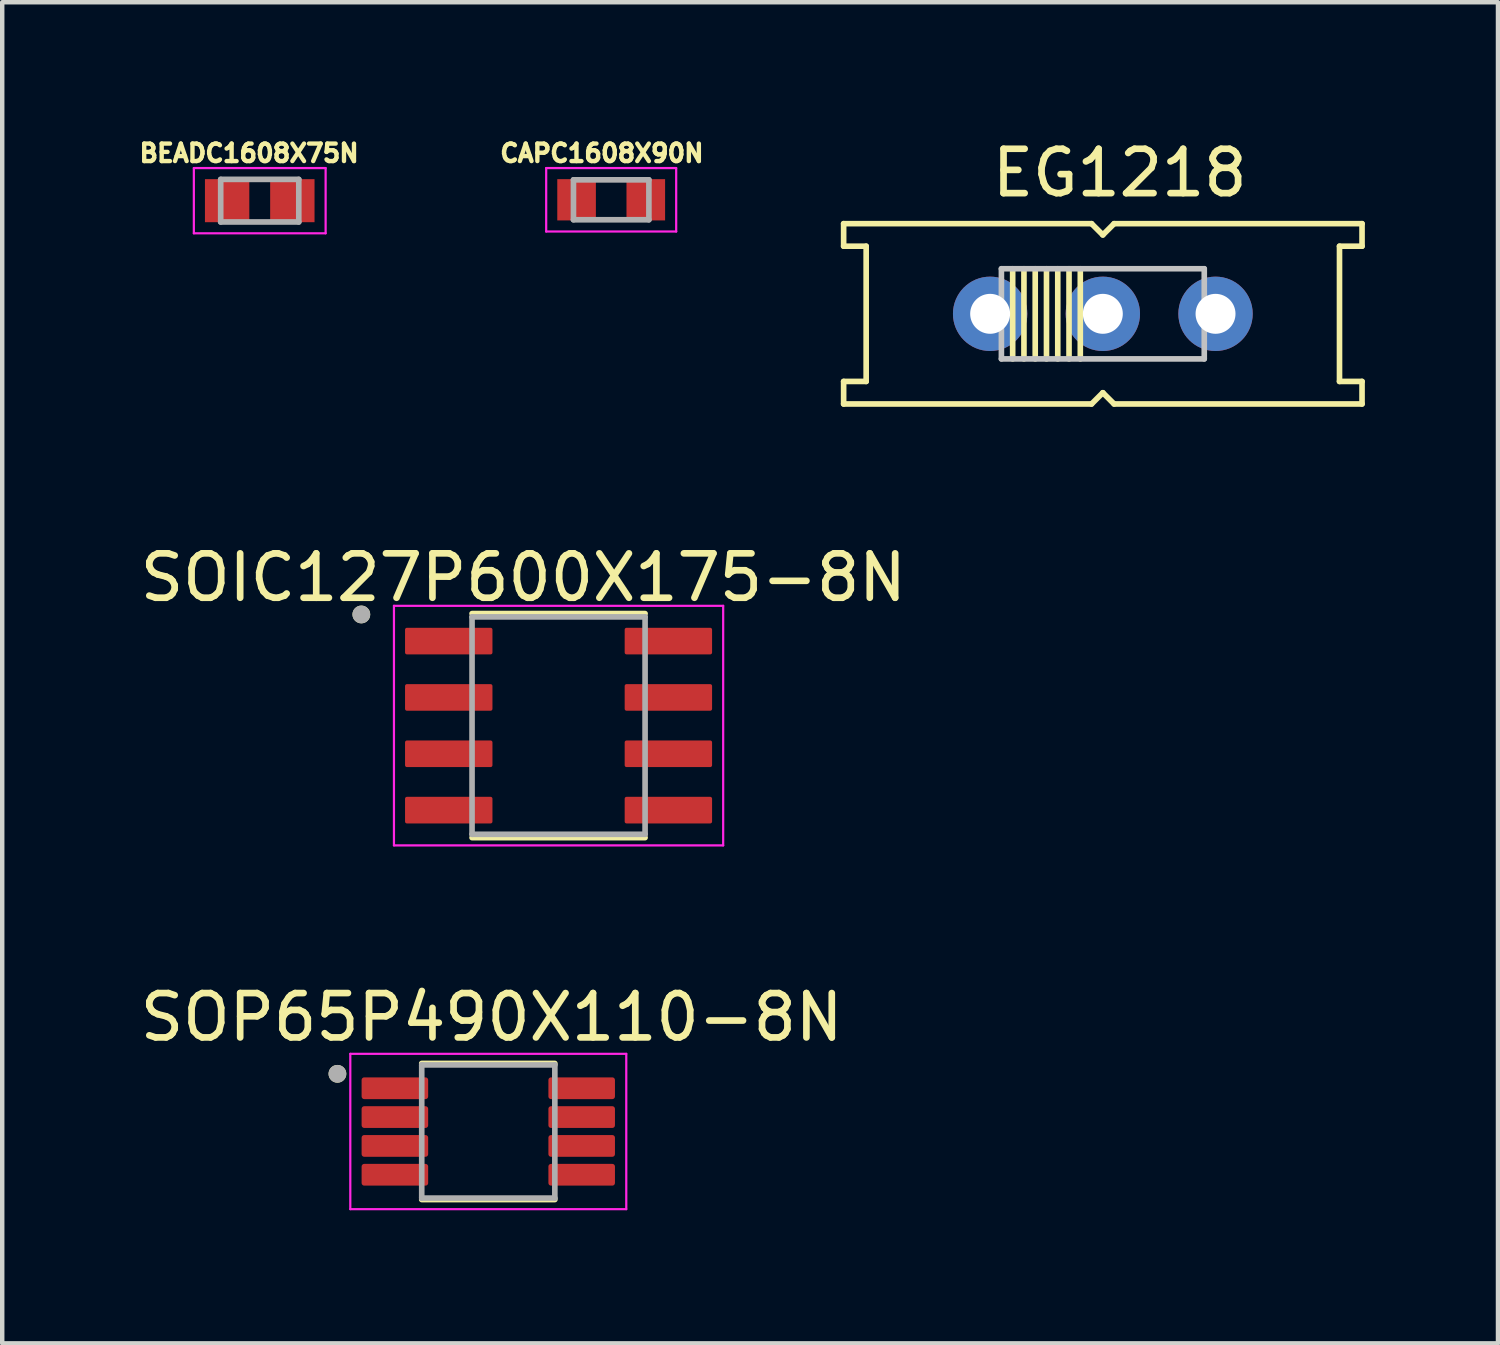
<source format=kicad_pcb>
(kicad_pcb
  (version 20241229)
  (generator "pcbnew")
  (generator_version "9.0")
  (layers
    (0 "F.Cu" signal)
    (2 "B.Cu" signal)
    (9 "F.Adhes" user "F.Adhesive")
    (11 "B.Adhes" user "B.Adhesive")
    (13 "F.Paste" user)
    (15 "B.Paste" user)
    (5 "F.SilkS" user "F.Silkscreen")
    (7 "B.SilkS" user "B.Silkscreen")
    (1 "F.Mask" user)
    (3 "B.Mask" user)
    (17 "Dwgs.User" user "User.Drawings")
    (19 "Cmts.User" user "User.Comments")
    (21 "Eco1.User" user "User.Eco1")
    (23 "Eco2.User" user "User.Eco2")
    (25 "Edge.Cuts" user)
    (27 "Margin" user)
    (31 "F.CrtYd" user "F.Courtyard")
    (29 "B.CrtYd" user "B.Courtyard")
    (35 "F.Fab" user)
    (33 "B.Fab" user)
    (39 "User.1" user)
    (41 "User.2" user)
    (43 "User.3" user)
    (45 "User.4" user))
  (footprint "EG1218"
    (layer "F.Cu")
    (at 21.806 4.023)
    (property "Reference" "EG1218" (at 0.381 -3.175 0) (layer "F.SilkS") (effects (font (size 1 1) (thickness 0.15))))
    (attr through_hole)
    (fp_line (start -5.842 -2.032) (end -0.254 -2.032) (stroke (width 0.127) (type solid)) (layer "F.SilkS"))
    (fp_line (start -5.842 -1.524) (end -5.842 -2.032) (stroke (width 0.127) (type solid)) (layer "F.SilkS"))
    (fp_line (start -5.842 1.524) (end -5.334 1.524) (stroke (width 0.127) (type solid)) (layer "F.SilkS"))
    (fp_line (start -5.842 2.032) (end -5.842 1.524) (stroke (width 0.127) (type solid)) (layer "F.SilkS"))
    (fp_line (start -5.334 -1.524) (end -5.842 -1.524) (stroke (width 0.127) (type solid)) (layer "F.SilkS"))
    (fp_line (start -5.334 1.524) (end -5.334 -1.524) (stroke (width 0.127) (type solid)) (layer "F.SilkS"))
    (fp_line (start -2.032 -1.016) (end -2.032 1.016) (stroke (width 0.127) (type solid)) (layer "F.SilkS"))
    (fp_line (start -1.778 1.016) (end -1.778 -1.016) (stroke (width 0.127) (type solid)) (layer "F.SilkS"))
    (fp_line (start -1.524 -1.016) (end -1.524 1.016) (stroke (width 0.127) (type solid)) (layer "F.SilkS"))
    (fp_line (start -1.27 1.016) (end -1.27 -1.016) (stroke (width 0.127) (type solid)) (layer "F.SilkS"))
    (fp_line (start -1.016 -1.016) (end -1.016 1.016) (stroke (width 0.127) (type solid)) (layer "F.SilkS"))
    (fp_line (start -0.762 1.016) (end -0.762 -1.016) (stroke (width 0.127) (type solid)) (layer "F.SilkS"))
    (fp_line (start -0.508 -1.016) (end -0.508 1.016) (stroke (width 0.127) (type solid)) (layer "F.SilkS"))
    (fp_line (start -0.254 -2.032) (end 0 -1.778) (stroke (width 0.127) (type solid)) (layer "F.SilkS"))
    (fp_line (start -0.254 2.032) (end -5.842 2.032) (stroke (width 0.127) (type solid)) (layer "F.SilkS"))
    (fp_line (start 0 -1.778) (end 0.254 -2.032) (stroke (width 0.127) (type solid)) (layer "F.SilkS"))
    (fp_line (start 0 1.778) (end -0.254 2.032) (stroke (width 0.127) (type solid)) (layer "F.SilkS"))
    (fp_line (start 0.254 -2.032) (end 5.842 -2.032) (stroke (width 0.127) (type solid)) (layer "F.SilkS"))
    (fp_line (start 0.254 2.032) (end 0 1.778) (stroke (width 0.127) (type solid)) (layer "F.SilkS"))
    (fp_line (start 5.334 -1.524) (end 5.334 1.524) (stroke (width 0.127) (type solid)) (layer "F.SilkS"))
    (fp_line (start 5.334 1.524) (end 5.842 1.524) (stroke (width 0.127) (type solid)) (layer "F.SilkS"))
    (fp_line (start 5.842 -2.032) (end 5.842 -1.524) (stroke (width 0.127) (type solid)) (layer "F.SilkS"))
    (fp_line (start 5.842 -1.524) (end 5.334 -1.524) (stroke (width 0.127) (type solid)) (layer "F.SilkS"))
    (fp_line (start 5.842 1.524) (end 5.842 2.032) (stroke (width 0.127) (type solid)) (layer "F.SilkS"))
    (fp_line (start 5.842 2.032) (end 0.254 2.032) (stroke (width 0.127) (type solid)) (layer "F.SilkS"))
    (fp_line (start -2.286 -1.016) (end 2.286 -1.016) (stroke (width 0.127) (type solid)) (layer "Dwgs.User"))
    (fp_line (start -2.286 1.016) (end -2.286 -1.016) (stroke (width 0.127) (type solid)) (layer "Dwgs.User"))
    (fp_line (start 2.286 -1.016) (end 2.286 1.016) (stroke (width 0.127) (type solid)) (layer "Dwgs.User"))
    (fp_line (start 2.286 1.016) (end -2.286 1.016) (stroke (width 0.127) (type solid)) (layer "Dwgs.User"))
    (pad "O" thru_hole circle (at -2.54 0) (size 1.676 1.676) (drill 0.9) (layers "*.Cu" "*.Mask"))
    (pad "P" thru_hole circle (at 0 0) (size 1.676 1.676) (drill 0.9) (layers "*.Cu" "*.Mask"))
    (pad "S" thru_hole circle (at 2.54 0) (size 1.676 1.676) (drill 0.9) (layers "*.Cu" "*.Mask")))
  (footprint "SOP65P490X110-8N"
    (layer "F.Cu")
    (at 7.955 22.452)
    (property "Reference" "SOP65P490X110-8N" (at 0.075 -2.575 0) (layer "F.SilkS") (effects (font (size 1 1) (thickness 0.15))))
    (attr through_hole)
    (fp_line (start -1.5 -1.534) (end 1.5 -1.534) (stroke (width 0.127) (type solid)) (layer "F.SilkS"))
    (fp_line (start 1.5 1.534) (end -1.5 1.534) (stroke (width 0.127) (type solid)) (layer "F.SilkS"))
    (fp_circle (center -3.4 -1.3) (end -3.3 -1.3) (stroke (width 0.2) (type solid)) (fill no) (layer "F.SilkS"))
    (fp_line (start -3.11 -1.75) (end 3.11 -1.75) (stroke (width 0.05) (type solid)) (layer "F.CrtYd"))
    (fp_line (start -3.11 1.75) (end -3.11 -1.75) (stroke (width 0.05) (type solid)) (layer "F.CrtYd"))
    (fp_line (start 3.11 -1.75) (end 3.11 1.75) (stroke (width 0.05) (type solid)) (layer "F.CrtYd"))
    (fp_line (start 3.11 1.75) (end -3.11 1.75) (stroke (width 0.05) (type solid)) (layer "F.CrtYd"))
    (fp_line (start -1.5 -1.5) (end 1.5 -1.5) (stroke (width 0.127) (type solid)) (layer "F.Fab"))
    (fp_line (start -1.5 1.5) (end -1.5 -1.5) (stroke (width 0.127) (type solid)) (layer "F.Fab"))
    (fp_line (start 1.5 -1.5) (end 1.5 1.5) (stroke (width 0.127) (type solid)) (layer "F.Fab"))
    (fp_line (start 1.5 1.5) (end -1.5 1.5) (stroke (width 0.127) (type solid)) (layer "F.Fab"))
    (fp_circle (center -3.4 -1.3) (end -3.3 -1.3) (stroke (width 0.2) (type solid)) (fill no) (layer "F.Fab"))
    (pad "1" smd roundrect (at -2.105 -0.975) (size 1.5 0.49) (layers "F.Cu" "F.Mask" "F.Paste") (roundrect_rratio 0.12))
    (pad "2" smd roundrect (at -2.105 -0.325) (size 1.5 0.49) (layers "F.Cu" "F.Mask" "F.Paste") (roundrect_rratio 0.12))
    (pad "3" smd roundrect (at -2.105 0.325) (size 1.5 0.49) (layers "F.Cu" "F.Mask" "F.Paste") (roundrect_rratio 0.12))
    (pad "4" smd roundrect (at -2.105 0.975) (size 1.5 0.49) (layers "F.Cu" "F.Mask" "F.Paste") (roundrect_rratio 0.12))
    (pad "5" smd roundrect (at 2.105 0.975 180) (size 1.5 0.49) (layers "F.Cu" "F.Mask" "F.Paste") (roundrect_rratio 0.12))
    (pad "6" smd roundrect (at 2.105 0.325 180) (size 1.5 0.49) (layers "F.Cu" "F.Mask" "F.Paste") (roundrect_rratio 0.12))
    (pad "7" smd roundrect (at 2.105 -0.325 180) (size 1.5 0.49) (layers "F.Cu" "F.Mask" "F.Paste") (roundrect_rratio 0.12))
    (pad "8" smd roundrect (at 2.105 -0.975 180) (size 1.5 0.49) (layers "F.Cu" "F.Mask" "F.Paste") (roundrect_rratio 0.12)))
  (footprint "SOIC127P600X175-8N"
    (layer "F.Cu")
    (at 9.539 13.304)
    (property "Reference" "SOIC127P600X175-8N" (at -0.795 -3.337 0) (layer "F.SilkS") (effects (font (size 1 1) (thickness 0.15))))
    (attr through_hole)
    (fp_line (start -1.95 -2.525) (end 1.95 -2.525) (stroke (width 0.127) (type solid)) (layer "F.SilkS"))
    (fp_line (start -1.95 2.525) (end 1.95 2.525) (stroke (width 0.127) (type solid)) (layer "F.SilkS"))
    (fp_circle (center -4.445 -2.505) (end -4.345 -2.505) (stroke (width 0.2) (type solid)) (fill no) (layer "F.SilkS"))
    (fp_line (start -3.71 -2.7) (end -3.71 2.7) (stroke (width 0.05) (type solid)) (layer "F.CrtYd"))
    (fp_line (start -3.71 -2.7) (end 3.71 -2.7) (stroke (width 0.05) (type solid)) (layer "F.CrtYd"))
    (fp_line (start -3.71 2.7) (end 3.71 2.7) (stroke (width 0.05) (type solid)) (layer "F.CrtYd"))
    (fp_line (start 3.71 -2.7) (end 3.71 2.7) (stroke (width 0.05) (type solid)) (layer "F.CrtYd"))
    (fp_line (start -1.95 -2.45) (end -1.95 2.45) (stroke (width 0.127) (type solid)) (layer "F.Fab"))
    (fp_line (start -1.95 -2.45) (end 1.95 -2.45) (stroke (width 0.127) (type solid)) (layer "F.Fab"))
    (fp_line (start -1.95 2.45) (end 1.95 2.45) (stroke (width 0.127) (type solid)) (layer "F.Fab"))
    (fp_line (start 1.95 -2.45) (end 1.95 2.45) (stroke (width 0.127) (type solid)) (layer "F.Fab"))
    (fp_circle (center -4.445 -2.505) (end -4.345 -2.505) (stroke (width 0.2) (type solid)) (fill no) (layer "F.Fab"))
    (pad "1" smd roundrect (at -2.475 -1.905) (size 1.97 0.6) (layers "F.Cu" "F.Mask" "F.Paste") (roundrect_rratio 0.07))
    (pad "2" smd roundrect (at -2.475 -0.635) (size 1.97 0.6) (layers "F.Cu" "F.Mask" "F.Paste") (roundrect_rratio 0.07))
    (pad "3" smd roundrect (at -2.475 0.635) (size 1.97 0.6) (layers "F.Cu" "F.Mask" "F.Paste") (roundrect_rratio 0.07))
    (pad "4" smd roundrect (at -2.475 1.905) (size 1.97 0.6) (layers "F.Cu" "F.Mask" "F.Paste") (roundrect_rratio 0.07))
    (pad "5" smd roundrect (at 2.475 1.905) (size 1.97 0.6) (layers "F.Cu" "F.Mask" "F.Paste") (roundrect_rratio 0.07))
    (pad "6" smd roundrect (at 2.475 0.635) (size 1.97 0.6) (layers "F.Cu" "F.Mask" "F.Paste") (roundrect_rratio 0.07))
    (pad "7" smd roundrect (at 2.475 -0.635) (size 1.97 0.6) (layers "F.Cu" "F.Mask" "F.Paste") (roundrect_rratio 0.07))
    (pad "8" smd roundrect (at 2.475 -1.905) (size 1.97 0.6) (layers "F.Cu" "F.Mask" "F.Paste") (roundrect_rratio 0.07)))
  (footprint "BEADC1608X75N"
    (layer "F.Cu")
    (at 2.804 1.473)
    (property "Reference" "BEADC1608X75N" (at -0.24 -1.07 0) (layer "F.SilkS") (effects (font (size 0.394 0.394) (thickness 0.15))))
    (attr through_hole)
    (fp_line (start -1.485 -0.735) (end 1.485 -0.735) (stroke (width 0.05) (type solid)) (layer "F.CrtYd"))
    (fp_line (start -1.485 0.735) (end -1.485 -0.735) (stroke (width 0.05) (type solid)) (layer "F.CrtYd"))
    (fp_line (start -1.485 0.735) (end 1.485 0.735) (stroke (width 0.05) (type solid)) (layer "F.CrtYd"))
    (fp_line (start 1.485 0.735) (end 1.485 -0.735) (stroke (width 0.05) (type solid)) (layer "F.CrtYd"))
    (fp_line (start -0.88 0.48) (end -0.88 -0.48) (stroke (width 0.127) (type solid)) (layer "F.Fab"))
    (fp_line (start 0.88 -0.48) (end -0.88 -0.48) (stroke (width 0.127) (type solid)) (layer "F.Fab"))
    (fp_line (start 0.88 0.48) (end -0.88 0.48) (stroke (width 0.127) (type solid)) (layer "F.Fab"))
    (fp_line (start 0.88 0.48) (end 0.88 -0.48) (stroke (width 0.127) (type solid)) (layer "F.Fab"))
    (pad "1" smd rect (at -0.735 0) (size 1 0.97) (layers "F.Cu" "F.Mask" "F.Paste"))
    (pad "2" smd rect (at 0.735 0) (size 1 0.97) (layers "F.Cu" "F.Mask" "F.Paste")))
  (footprint "CAPC1608X90N"
    (layer "F.Cu")
    (at 10.725 1.453)
    (property "Reference" "CAPC1608X90N" (at -0.21 -1.05 0) (layer "F.SilkS") (effects (font (size 0.394 0.394) (thickness 0.15))))
    (attr through_hole)
    (fp_line (start -1.465 -0.715) (end 1.465 -0.715) (stroke (width 0.05) (type solid)) (layer "F.CrtYd"))
    (fp_line (start -1.465 0.715) (end -1.465 -0.715) (stroke (width 0.05) (type solid)) (layer "F.CrtYd"))
    (fp_line (start -1.465 0.715) (end 1.465 0.715) (stroke (width 0.05) (type solid)) (layer "F.CrtYd"))
    (fp_line (start 1.465 0.715) (end 1.465 -0.715) (stroke (width 0.05) (type solid)) (layer "F.CrtYd"))
    (fp_line (start -0.85 0.45) (end -0.85 -0.45) (stroke (width 0.127) (type solid)) (layer "F.Fab"))
    (fp_line (start 0.85 -0.45) (end -0.85 -0.45) (stroke (width 0.127) (type solid)) (layer "F.Fab"))
    (fp_line (start 0.85 0.45) (end -0.85 0.45) (stroke (width 0.127) (type solid)) (layer "F.Fab"))
    (fp_line (start 0.85 0.45) (end 0.85 -0.45) (stroke (width 0.127) (type solid)) (layer "F.Fab"))
    (pad "1" smd rect (at -0.78 0) (size 0.87 0.93) (layers "F.Cu" "F.Mask" "F.Paste"))
    (pad "2" smd rect (at 0.78 0) (size 0.87 0.93) (layers "F.Cu" "F.Mask" "F.Paste")))
  (gr_rect
    (start -3 -3)
    (end 30.712 27.227)
    (stroke (width 0.1) (type default))
    (fill no)
    (layer "Edge.Cuts")))
</source>
